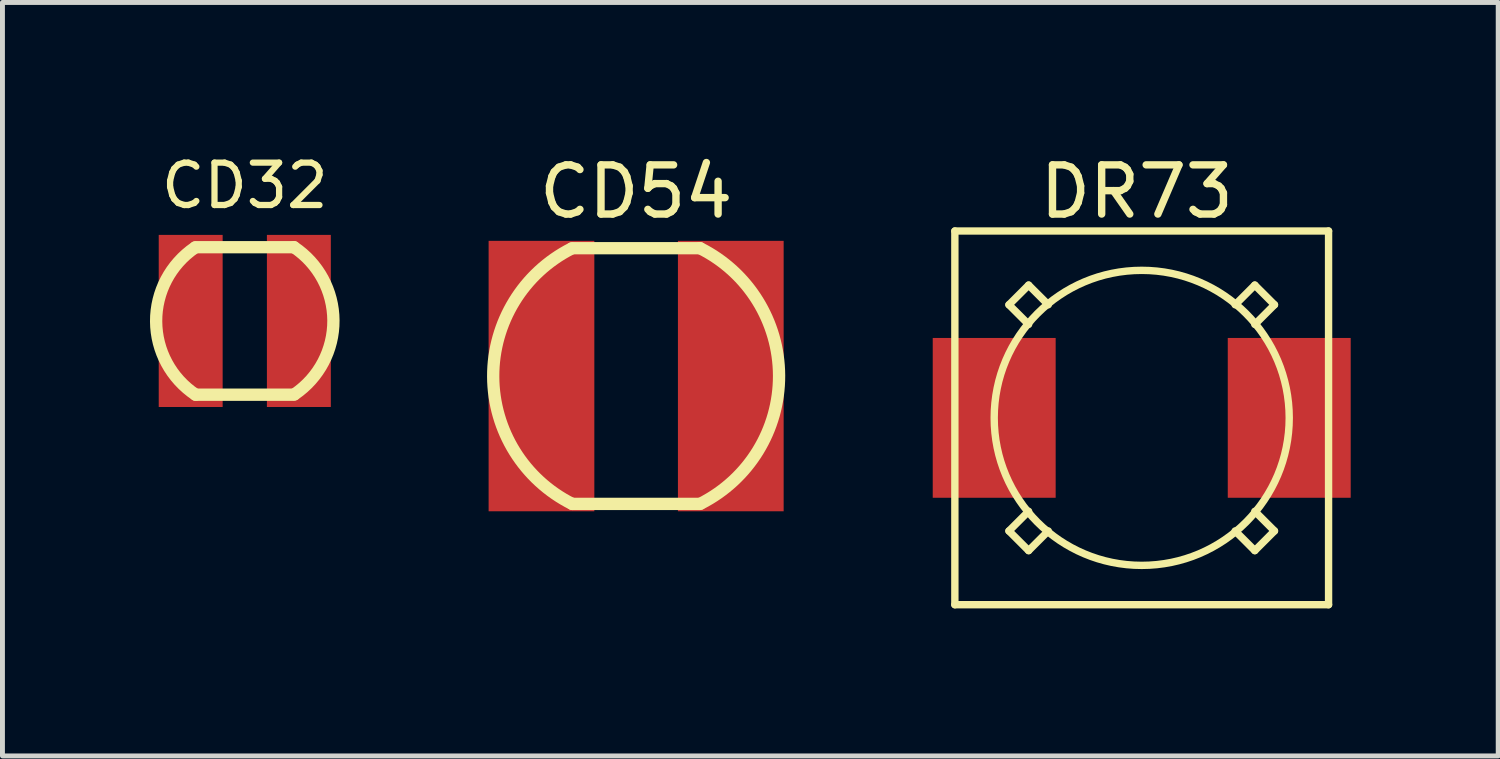
<source format=kicad_pcb>
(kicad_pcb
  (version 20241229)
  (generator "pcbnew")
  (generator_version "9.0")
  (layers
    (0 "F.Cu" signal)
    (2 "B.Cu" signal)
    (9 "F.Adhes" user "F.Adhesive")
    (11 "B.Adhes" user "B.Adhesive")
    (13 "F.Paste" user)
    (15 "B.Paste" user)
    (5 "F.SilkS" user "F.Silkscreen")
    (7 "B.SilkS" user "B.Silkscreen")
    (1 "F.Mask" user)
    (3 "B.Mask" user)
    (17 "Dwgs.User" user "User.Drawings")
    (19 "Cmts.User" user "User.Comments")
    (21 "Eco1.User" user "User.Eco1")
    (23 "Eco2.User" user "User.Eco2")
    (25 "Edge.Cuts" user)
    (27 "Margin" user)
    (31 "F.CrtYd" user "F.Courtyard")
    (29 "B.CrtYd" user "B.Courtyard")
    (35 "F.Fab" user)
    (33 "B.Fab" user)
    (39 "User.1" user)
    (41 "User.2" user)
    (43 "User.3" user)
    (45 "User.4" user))
  (footprint "CD54"
    (layer "F.Cu")
    (at 9.887 4.598)
    (property "Reference" "CD54" (at 0 -3.75 180) (layer "F.SilkS") (effects (font (size 1 1) (thickness 0.15))))
    (attr through_hole)
    (fp_line (start -1.3 -2.6) (end 1.3 -2.6) (stroke (width 0.25) (type solid)) (layer "F.SilkS"))
    (fp_line (start -1.3 2.6) (end 1.3 2.6) (stroke (width 0.25) (type solid)) (layer "F.SilkS"))
    (fp_arc (start -1.3 2.6) (mid -2.906873 0.009383) (end -1.316758 -2.591553) (stroke (width 0.25) (type solid)) (layer "F.SilkS"))
    (fp_arc (start 1.3 -2.6) (mid 2.906873 -0.009383) (end 1.316758 2.591553) (stroke (width 0.25) (type solid)) (layer "F.SilkS"))
    (pad "1" smd rect (at -1.925 0 90) (size 5.5 2.15) (layers "F.Cu" "F.Mask" "F.Paste"))
    (pad "2" smd rect (at 1.925 0 90) (size 5.5 2.15) (layers "F.Cu" "F.Mask" "F.Paste")))
  (footprint "CD32"
    (layer "F.Cu")
    (at 1.928 3.477)
    (property "Reference" "CD32" (at 0 -2.75 180) (layer "F.SilkS") (effects (font (size 0.862 0.862) (thickness 0.127))))
    (attr through_hole)
    (fp_line (start -1 1.5) (end 1 1.5) (stroke (width 0.25) (type solid)) (layer "F.SilkS"))
    (fp_line (start 1 -1.5) (end -1 -1.5) (stroke (width 0.25) (type solid)) (layer "F.SilkS"))
    (fp_arc (start -1 1.5) (mid -1.802749 0.009752) (end -1.016169 -1.489094) (stroke (width 0.25) (type solid)) (layer "F.SilkS"))
    (fp_arc (start 1 -1.5) (mid 1.802749 -0.009752) (end 1.016169 1.489094) (stroke (width 0.25) (type solid)) (layer "F.SilkS"))
    (pad "1" smd rect (at -1.1 0 90) (size 3.5 1.3) (layers "F.Cu" "F.Mask" "F.Paste"))
    (pad "2" smd rect (at 1.1 0 90) (size 3.5 1.3) (layers "F.Cu" "F.Mask" "F.Paste")))
  (footprint "DR73"
    (layer "F.Cu")
    (at 20.169 5.448)
    (property "Reference" "DR73" (at -0.1 -4.6 0) (layer "F.SilkS") (effects (font (size 1 1) (thickness 0.15))))
    (attr through_hole)
    (fp_line (start -3.8 -3.8) (end 3.8 -3.8) (stroke (width 0.15) (type solid)) (layer "F.SilkS"))
    (fp_line (start -3.8 3.8) (end -3.8 -3.8) (stroke (width 0.15) (type solid)) (layer "F.SilkS"))
    (fp_line (start -2.7 -2.3) (end -2.3 -2.7) (stroke (width 0.15) (type solid)) (layer "F.SilkS"))
    (fp_line (start -2.7 2.3) (end -2.3 2.7) (stroke (width 0.15) (type solid)) (layer "F.SilkS"))
    (fp_line (start -2.3 -2.7) (end -1.9 -2.3) (stroke (width 0.15) (type solid)) (layer "F.SilkS"))
    (fp_line (start -2.3 -1.9) (end -2.7 -2.3) (stroke (width 0.15) (type solid)) (layer "F.SilkS"))
    (fp_line (start -2.3 1.9) (end -2.7 2.3) (stroke (width 0.15) (type solid)) (layer "F.SilkS"))
    (fp_line (start -2.3 2.7) (end -1.9 2.3) (stroke (width 0.15) (type solid)) (layer "F.SilkS"))
    (fp_line (start 1.9 2.3) (end 2.3 2.7) (stroke (width 0.15) (type solid)) (layer "F.SilkS"))
    (fp_line (start 2.3 -2.7) (end 1.9 -2.3) (stroke (width 0.15) (type solid)) (layer "F.SilkS"))
    (fp_line (start 2.3 -1.9) (end 2.7 -2.3) (stroke (width 0.15) (type solid)) (layer "F.SilkS"))
    (fp_line (start 2.3 2.7) (end 2.7 2.3) (stroke (width 0.15) (type solid)) (layer "F.SilkS"))
    (fp_line (start 2.7 -2.3) (end 2.3 -2.7) (stroke (width 0.15) (type solid)) (layer "F.SilkS"))
    (fp_line (start 2.7 2.3) (end 2.3 1.9) (stroke (width 0.15) (type solid)) (layer "F.SilkS"))
    (fp_line (start 3.8 -3.8) (end 3.8 3.8) (stroke (width 0.15) (type solid)) (layer "F.SilkS"))
    (fp_line (start 3.8 3.8) (end -3.8 3.8) (stroke (width 0.15) (type solid)) (layer "F.SilkS"))
    (fp_circle (center 0 0) (end 3 0) (stroke (width 0.15) (type solid)) (fill no) (layer "F.SilkS"))
    (pad "1" smd rect (at -3 0 90) (size 3.25 2.5) (layers "F.Cu" "F.Mask" "F.Paste"))
    (pad "2" smd rect (at 3 0 90) (size 3.25 2.5) (layers "F.Cu" "F.Mask" "F.Paste")))
  (gr_rect
    (start -3 -3)
    (end 27.419 12.323)
    (stroke (width 0.1) (type default))
    (fill no)
    (layer "Edge.Cuts")))
</source>
